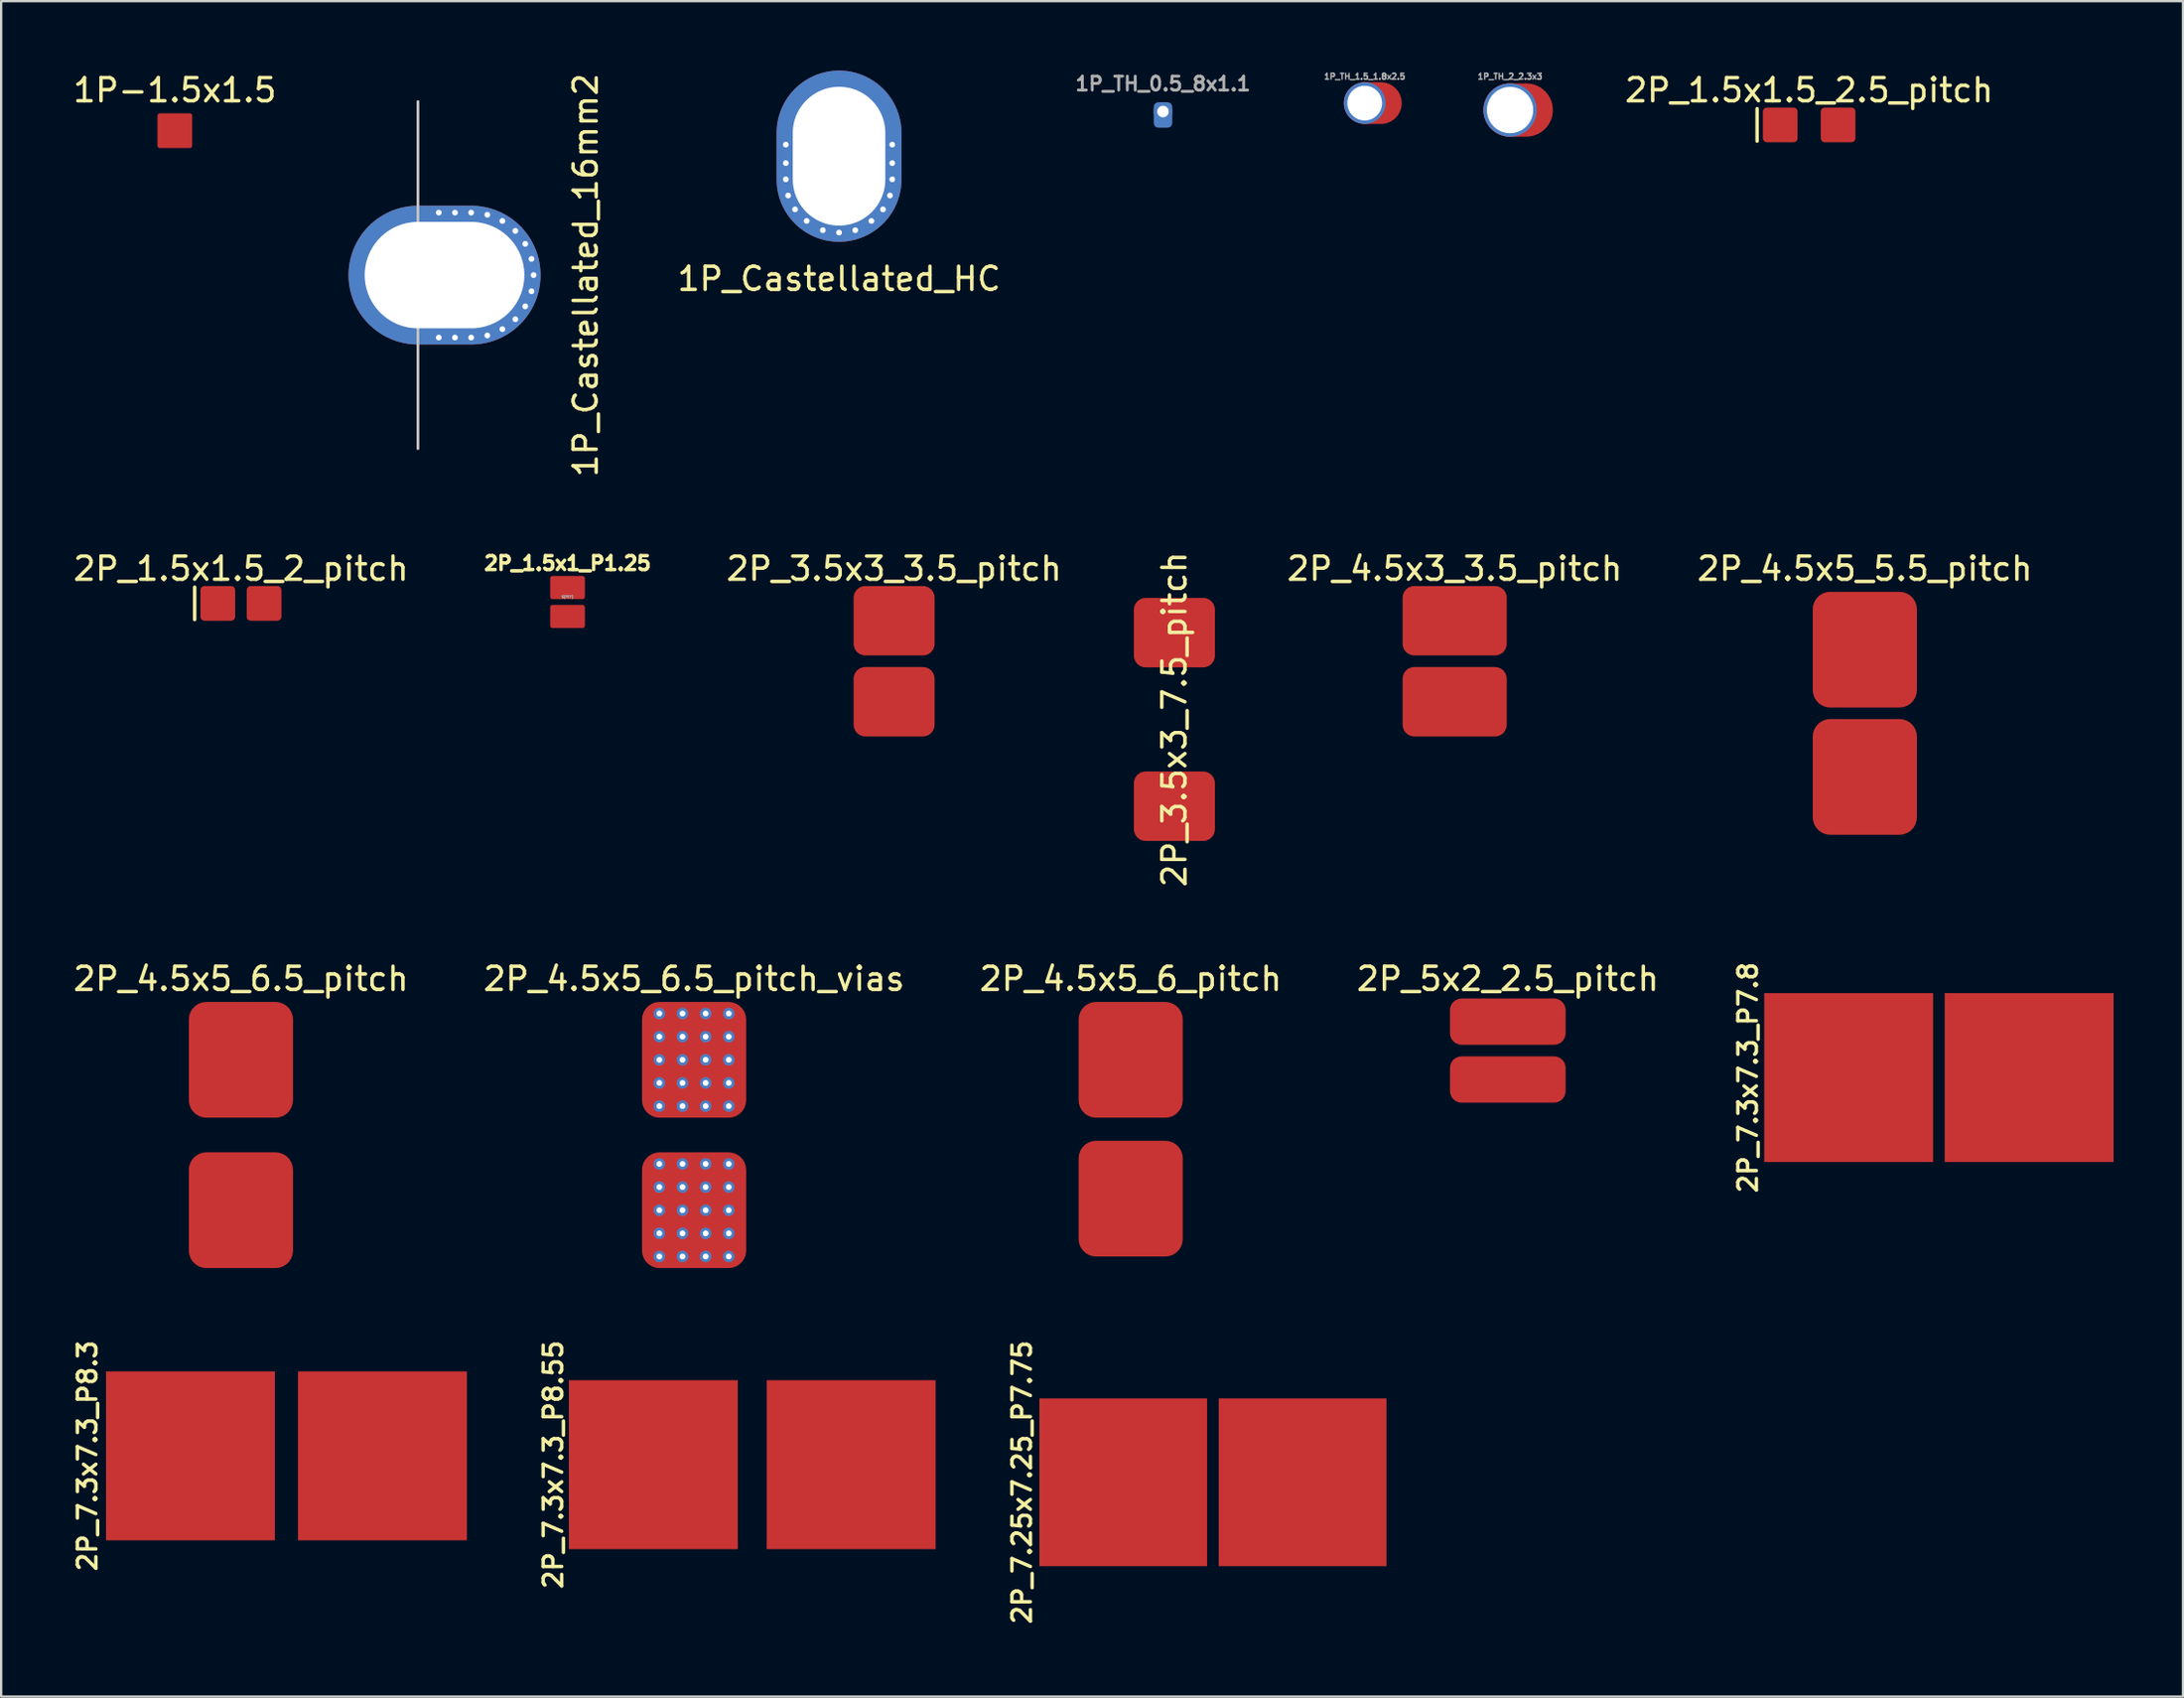
<source format=kicad_pcb>
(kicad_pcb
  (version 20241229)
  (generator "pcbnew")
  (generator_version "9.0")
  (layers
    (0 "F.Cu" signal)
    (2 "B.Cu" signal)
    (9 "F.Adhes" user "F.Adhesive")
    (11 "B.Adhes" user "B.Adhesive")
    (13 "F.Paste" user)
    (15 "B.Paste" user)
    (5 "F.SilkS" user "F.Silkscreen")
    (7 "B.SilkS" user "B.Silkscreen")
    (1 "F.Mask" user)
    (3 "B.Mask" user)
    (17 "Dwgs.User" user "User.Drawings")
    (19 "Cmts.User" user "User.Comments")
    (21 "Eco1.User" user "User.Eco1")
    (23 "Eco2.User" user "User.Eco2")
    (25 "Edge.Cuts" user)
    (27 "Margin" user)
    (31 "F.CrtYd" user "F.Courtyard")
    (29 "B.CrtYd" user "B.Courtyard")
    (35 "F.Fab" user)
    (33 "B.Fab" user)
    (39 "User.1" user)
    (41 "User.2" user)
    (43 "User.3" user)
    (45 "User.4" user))
  (footprint "1P_Castellated_16mm2"
    (layer "F.Cu")
    (at 15.012 8.839)
    (property "Reference" "1P_Castellated_16mm2" (at 7.25 0 270) (layer "F.SilkS") (effects (font (size 1 1) (thickness 0.15))))
    (attr exclude_from_pos_files exclude_from_bom)
    (fp_line (start 0 -7.5) (end 0 7.5) (stroke (width 0.12) (type solid)) (layer "Dwgs.User"))
    (pad "1" thru_hole circle (at 0.9 -2.7) (size 0.5 0.5) (drill 0.25) (layers "*.Cu" "*.Mask"))
    (pad "1" thru_hole circle (at 0.9 2.7) (size 0.5 0.5) (drill 0.25) (layers "*.Cu" "*.Mask"))
    (pad "1" thru_hole oval (at 1.15 0) (size 8.3 6) (drill oval 6.9 4.6) (layers "*.Cu" "*.Mask"))
    (pad "1" thru_hole circle (at 1.6 -2.7) (size 0.5 0.5) (drill 0.25) (layers "*.Cu" "*.Mask"))
    (pad "1" thru_hole circle (at 1.6 2.7) (size 0.5 0.5) (drill 0.25) (layers "*.Cu" "*.Mask"))
    (pad "1" thru_hole circle (at 2.3 -2.7) (size 0.5 0.5) (drill 0.25) (layers "*.Cu" "*.Mask"))
    (pad "1" thru_hole circle (at 2.3 2.7) (size 0.5 0.5) (drill 0.25) (layers "*.Cu" "*.Mask"))
    (pad "1" thru_hole circle (at 2.999 -2.608) (size 0.5 0.5) (drill 0.25) (layers "*.Cu" "*.Mask"))
    (pad "1" thru_hole circle (at 2.999 2.608) (size 0.5 0.5) (drill 0.25) (layers "*.Cu" "*.Mask"))
    (pad "1" thru_hole circle (at 3.65 -2.338) (size 0.5 0.5) (drill 0.25) (layers "*.Cu" "*.Mask"))
    (pad "1" thru_hole circle (at 3.65 2.338) (size 0.5 0.5) (drill 0.25) (layers "*.Cu" "*.Mask"))
    (pad "1" thru_hole circle (at 4.209 -1.909) (size 0.5 0.5) (drill 0.25) (layers "*.Cu" "*.Mask"))
    (pad "1" thru_hole circle (at 4.209 1.909) (size 0.5 0.5) (drill 0.25) (layers "*.Cu" "*.Mask"))
    (pad "1" thru_hole circle (at 4.638 -1.35) (size 0.5 0.5) (drill 0.25) (layers "*.Cu" "*.Mask"))
    (pad "1" thru_hole circle (at 4.638 1.35) (size 0.5 0.5) (drill 0.25) (layers "*.Cu" "*.Mask"))
    (pad "1" thru_hole circle (at 4.908 -0.699) (size 0.5 0.5) (drill 0.25) (layers "*.Cu" "*.Mask"))
    (pad "1" thru_hole circle (at 4.908 0.699) (size 0.5 0.5) (drill 0.25) (layers "*.Cu" "*.Mask"))
    (pad "1" thru_hole circle (at 5 0) (size 0.5 0.5) (drill 0.25) (layers "*.Cu" "*.Mask")))
  (footprint "2P_4.5x5_6.5_pitch"
    (layer "F.Cu")
    (at 7.363 46.003)
    (property "Reference" "2P_4.5x5_6.5_pitch" (at 0 -6.75 180) (layer "F.SilkS") (effects (font (size 1 1) (thickness 0.15))))
    (attr exclude_from_pos_files exclude_from_bom)
    (pad "1" connect roundrect (at 0 -3.25) (size 4.5 5) (layers "F.Cu" "F.Mask") (roundrect_rratio 0.167))
    (pad "2" connect roundrect (at 0 3.25) (size 4.5 5) (layers "F.Cu" "F.Mask") (roundrect_rratio 0.167)))
  (footprint "2P_1.5x1.5_2.5_pitch"
    (layer "F.Cu")
    (at 75.137 2.348)
    (property "Reference" "2P_1.5x1.5_2.5_pitch" (at 0 -1.5 0) (unlocked yes) (layer "F.SilkS") (effects (font (size 1 1) (thickness 0.15))))
    (attr through_hole)
    (fp_line (start -2.25 -0.7) (end -2.25 0.7) (stroke (width 0.15) (type solid)) (layer "F.SilkS"))
    (pad "1" connect roundrect (at -1.25 0) (size 1.5 1.5) (layers "F.Cu" "F.Mask") (roundrect_rratio 0.115))
    (pad "2" connect roundrect (at 1.25 0) (size 1.5 1.5) (layers "F.Cu" "F.Mask") (roundrect_rratio 0.115)))
  (footprint "2P_4.5x5_6.5_pitch_vias"
    (layer "F.Cu")
    (at 26.946 46.003)
    (property "Reference" "2P_4.5x5_6.5_pitch_vias" (at 0 -6.75 180) (layer "F.SilkS") (effects (font (size 1 1) (thickness 0.15))))
    (attr exclude_from_pos_files exclude_from_bom)
    (pad "1" thru_hole circle (at -1.5 -5.25) (size 0.5 0.5) (drill 0.25) (layers "*.Cu"))
    (pad "1" thru_hole circle (at -1.5 -4.25) (size 0.5 0.5) (drill 0.25) (layers "*.Cu"))
    (pad "1" thru_hole circle (at -1.5 -3.25) (size 0.5 0.5) (drill 0.25) (layers "*.Cu"))
    (pad "1" thru_hole circle (at -1.5 -2.25) (size 0.5 0.5) (drill 0.25) (layers "*.Cu"))
    (pad "1" thru_hole circle (at -1.5 -1.25) (size 0.5 0.5) (drill 0.25) (layers "*.Cu"))
    (pad "1" thru_hole circle (at -0.5 -5.25) (size 0.5 0.5) (drill 0.25) (layers "*.Cu"))
    (pad "1" thru_hole circle (at -0.5 -4.25) (size 0.5 0.5) (drill 0.25) (layers "*.Cu"))
    (pad "1" thru_hole circle (at -0.5 -3.25) (size 0.5 0.5) (drill 0.25) (layers "*.Cu"))
    (pad "1" thru_hole circle (at -0.5 -2.25) (size 0.5 0.5) (drill 0.25) (layers "*.Cu"))
    (pad "1" thru_hole circle (at -0.5 -1.25) (size 0.5 0.5) (drill 0.25) (layers "*.Cu"))
    (pad "1" connect roundrect (at 0 -3.25) (size 4.5 5) (layers "F.Cu" "F.Mask") (roundrect_rratio 0.167))
    (pad "1" thru_hole circle (at 0.5 -5.25) (size 0.5 0.5) (drill 0.25) (layers "*.Cu"))
    (pad "1" thru_hole circle (at 0.5 -4.25) (size 0.5 0.5) (drill 0.25) (layers "*.Cu"))
    (pad "1" thru_hole circle (at 0.5 -3.25) (size 0.5 0.5) (drill 0.25) (layers "*.Cu"))
    (pad "1" thru_hole circle (at 0.5 -2.25) (size 0.5 0.5) (drill 0.25) (layers "*.Cu"))
    (pad "1" thru_hole circle (at 0.5 -1.25) (size 0.5 0.5) (drill 0.25) (layers "*.Cu"))
    (pad "1" thru_hole circle (at 1.5 -5.25) (size 0.5 0.5) (drill 0.25) (layers "*.Cu"))
    (pad "1" thru_hole circle (at 1.5 -4.25) (size 0.5 0.5) (drill 0.25) (layers "*.Cu"))
    (pad "1" thru_hole circle (at 1.5 -3.25) (size 0.5 0.5) (drill 0.25) (layers "*.Cu"))
    (pad "1" thru_hole circle (at 1.5 -2.25) (size 0.5 0.5) (drill 0.25) (layers "*.Cu"))
    (pad "1" thru_hole circle (at 1.5 -1.25) (size 0.5 0.5) (drill 0.25) (layers "*.Cu"))
    (pad "2" thru_hole circle (at -1.5 1.25) (size 0.5 0.5) (drill 0.25) (layers "*.Cu"))
    (pad "2" thru_hole circle (at -1.5 2.25) (size 0.5 0.5) (drill 0.25) (layers "*.Cu"))
    (pad "2" thru_hole circle (at -1.5 3.25) (size 0.5 0.5) (drill 0.25) (layers "*.Cu"))
    (pad "2" thru_hole circle (at -1.5 4.25) (size 0.5 0.5) (drill 0.25) (layers "*.Cu"))
    (pad "2" thru_hole circle (at -1.5 5.25) (size 0.5 0.5) (drill 0.25) (layers "*.Cu"))
    (pad "2" thru_hole circle (at -0.5 1.25) (size 0.5 0.5) (drill 0.25) (layers "*.Cu"))
    (pad "2" thru_hole circle (at -0.5 2.25) (size 0.5 0.5) (drill 0.25) (layers "*.Cu"))
    (pad "2" thru_hole circle (at -0.5 3.25) (size 0.5 0.5) (drill 0.25) (layers "*.Cu"))
    (pad "2" thru_hole circle (at -0.5 4.25) (size 0.5 0.5) (drill 0.25) (layers "*.Cu"))
    (pad "2" thru_hole circle (at -0.5 5.25) (size 0.5 0.5) (drill 0.25) (layers "*.Cu"))
    (pad "2" connect roundrect (at 0 3.25) (size 4.5 5) (layers "F.Cu" "F.Mask") (roundrect_rratio 0.167))
    (pad "2" thru_hole circle (at 0.5 1.25) (size 0.5 0.5) (drill 0.25) (layers "*.Cu"))
    (pad "2" thru_hole circle (at 0.5 2.25) (size 0.5 0.5) (drill 0.25) (layers "*.Cu"))
    (pad "2" thru_hole circle (at 0.5 3.25) (size 0.5 0.5) (drill 0.25) (layers "*.Cu"))
    (pad "2" thru_hole circle (at 0.5 4.25) (size 0.5 0.5) (drill 0.25) (layers "*.Cu"))
    (pad "2" thru_hole circle (at 0.5 5.25) (size 0.5 0.5) (drill 0.25) (layers "*.Cu"))
    (pad "2" thru_hole circle (at 1.5 1.25) (size 0.5 0.5) (drill 0.25) (layers "*.Cu"))
    (pad "2" thru_hole circle (at 1.5 2.25) (size 0.5 0.5) (drill 0.25) (layers "*.Cu"))
    (pad "2" thru_hole circle (at 1.5 3.25) (size 0.5 0.5) (drill 0.25) (layers "*.Cu"))
    (pad "2" thru_hole circle (at 1.5 4.25) (size 0.5 0.5) (drill 0.25) (layers "*.Cu"))
    (pad "2" thru_hole circle (at 1.5 5.25) (size 0.5 0.5) (drill 0.25) (layers "*.Cu")))
  (footprint "1P_TH_2_2.3x3"
    (layer "F.Cu")
    (at 62.21 1.706)
    (property "Reference" "1P_TH_2_2.3x3" (at 0 -1.45 0) (unlocked yes) (layer "F.Fab") (effects (font (size 0.25 0.25) (thickness 0.062))))
    (attr exclude_from_pos_files)
    (pad "1" thru_hole circle (at 0 0) (size 2.3 2.3) (drill 2) (layers "*.Cu" "*.Mask"))
    (pad "1" connect oval (at 0.35 0) (size 3 2.3) (layers "F.Cu" "F.Mask")))
  (footprint "1P_TH_1.5_1.8x2.5"
    (layer "F.Cu")
    (at 55.929 1.406)
    (property "Reference" "1P_TH_1.5_1.8x2.5" (at 0 -1.15 0) (unlocked yes) (layer "F.Fab") (effects (font (size 0.25 0.25) (thickness 0.062))))
    (attr exclude_from_pos_files)
    (pad "1" thru_hole circle (at 0 0) (size 1.8 1.8) (drill 1.5) (layers "*.Cu" "*.Mask"))
    (pad "1" connect oval (at 0.35 0) (size 2.5 1.8) (layers "F.Cu" "F.Mask")))
  (footprint "2P_3.5x3_7.5_pitch"
    (layer "F.Cu")
    (at 47.704 28.042)
    (property "Reference" "2P_3.5x3_7.5_pitch" (at 0 0 90) (layer "F.SilkS") (effects (font (size 1 1) (thickness 0.15))))
    (attr exclude_from_pos_files exclude_from_bom)
    (pad "1" connect roundrect (at 0 -3.75) (size 3.5 3) (layers "F.Cu" "F.Mask") (roundrect_rratio 0.167))
    (pad "2" connect roundrect (at 0 3.75) (size 3.5 3) (layers "F.Cu" "F.Mask") (roundrect_rratio 0.167)))
  (footprint "2P_4.5x5_5.5_pitch"
    (layer "F.Cu")
    (at 77.543 27.777)
    (property "Reference" "2P_4.5x5_5.5_pitch" (at 0 -6.25 180) (layer "F.SilkS") (effects (font (size 1 1) (thickness 0.15))))
    (attr exclude_from_pos_files exclude_from_bom)
    (pad "1" connect roundrect (at 0 -2.75) (size 4.5 5) (layers "F.Cu" "F.Mask") (roundrect_rratio 0.167))
    (pad "2" connect roundrect (at 0 2.75) (size 4.5 5) (layers "F.Cu" "F.Mask") (roundrect_rratio 0.167)))
  (footprint "2P_1.5x1_P1.25"
    (layer "F.Cu")
    (at 21.477 22.968)
    (property "Reference" "2P_1.5x1_P1.25" (at 0 -1.675 0) (unlocked yes) (layer "F.SilkS") (effects (font (size 0.6 0.6) (thickness 0.15))))
    (fp_text user "${REF}" (at 0 -0.225 0) (unlocked yes) (layer "F.Fab") (effects (font (size 0.1 0.1) (thickness 0.025))))
    (pad "1" connect roundrect (at 0 -0.625) (size 1.5 1) (layers "F.Cu" "F.Mask") (roundrect_rratio 0.1))
    (pad "2" connect roundrect (at 0 0.625) (size 1.5 1) (layers "F.Cu" "F.Mask") (roundrect_rratio 0.1)))
  (footprint "2P_1.5x1.5_2_pitch"
    (layer "F.Cu")
    (at 7.363 23.027)
    (property "Reference" "2P_1.5x1.5_2_pitch" (at 0 -1.5 0) (unlocked yes) (layer "F.SilkS") (effects (font (size 1 1) (thickness 0.15))))
    (attr through_hole)
    (fp_line (start -2 -0.7) (end -2 0.7) (stroke (width 0.15) (type solid)) (layer "F.SilkS"))
    (pad "1" connect roundrect (at -1 0) (size 1.5 1.5) (layers "F.Cu" "F.Mask") (roundrect_rratio 0.115))
    (pad "2" connect roundrect (at 1 0) (size 1.5 1.5) (layers "F.Cu" "F.Mask") (roundrect_rratio 0.115)))
  (footprint "2P_3.5x3_3.5_pitch"
    (layer "F.Cu")
    (at 35.591 25.527)
    (property "Reference" "2P_3.5x3_3.5_pitch" (at 0 -4 180) (layer "F.SilkS") (effects (font (size 1 1) (thickness 0.15))))
    (attr exclude_from_pos_files exclude_from_bom)
    (pad "1" connect roundrect (at 0 -1.75) (size 3.5 3) (layers "F.Cu" "F.Mask") (roundrect_rratio 0.167))
    (pad "2" connect roundrect (at 0 1.75) (size 3.5 3) (layers "F.Cu" "F.Mask") (roundrect_rratio 0.167)))
  (footprint "2P_4.5x5_6_pitch"
    (layer "F.Cu")
    (at 45.815 45.753)
    (property "Reference" "2P_4.5x5_6_pitch" (at 0 -6.5 180) (layer "F.SilkS") (effects (font (size 1 1) (thickness 0.15))))
    (attr exclude_from_pos_files exclude_from_bom)
    (pad "1" connect roundrect (at 0 -3) (size 4.5 5) (layers "F.Cu" "F.Mask") (roundrect_rratio 0.167))
    (pad "2" connect roundrect (at 0 3) (size 4.5 5) (layers "F.Cu" "F.Mask") (roundrect_rratio 0.167)))
  (footprint "2P_4.5x3_3.5_pitch"
    (layer "F.Cu")
    (at 59.817 25.527)
    (property "Reference" "2P_4.5x3_3.5_pitch" (at 0 -4 180) (layer "F.SilkS") (effects (font (size 1 1) (thickness 0.15))))
    (attr exclude_from_pos_files exclude_from_bom)
    (pad "1" connect roundrect (at 0 -1.75) (size 4.5 3) (layers "F.Cu" "F.Mask") (roundrect_rratio 0.167))
    (pad "2" connect roundrect (at 0 1.75) (size 4.5 3) (layers "F.Cu" "F.Mask") (roundrect_rratio 0.167)))
  (footprint "1P_Castellated_HC"
    (layer "F.Cu")
    (at 33.211 2.7)
    (property "Reference" "1P_Castellated_HC" (at 0 6.3 0) (layer "F.SilkS") (effects (font (size 1 1) (thickness 0.15))))
    (attr through_hole)
    (pad "1" thru_hole circle (at -2.3 0.5) (size 0.5 0.5) (drill 0.25) (layers "*.Cu" "*.Mask"))
    (pad "1" thru_hole circle (at -2.3 1.3) (size 0.5 0.5) (drill 0.25) (layers "*.Cu" "*.Mask"))
    (pad "1" thru_hole circle (at -2.3 2) (size 0.5 0.5) (drill 0.25) (layers "*.Cu" "*.Mask"))
    (pad "1" thru_hole circle (at -2.2 2.7) (size 0.5 0.5) (drill 0.25) (layers "*.Cu" "*.Mask"))
    (pad "1" thru_hole circle (at -1.9 3.3) (size 0.5 0.5) (drill 0.25) (layers "*.Cu" "*.Mask"))
    (pad "1" thru_hole circle (at -1.4 3.8) (size 0.5 0.5) (drill 0.25) (layers "*.Cu" "*.Mask"))
    (pad "1" thru_hole circle (at -0.7 4.2) (size 0.5 0.5) (drill 0.25) (layers "*.Cu" "*.Mask"))
    (pad "1" thru_hole oval (at 0 1) (size 5.4 7.4) (drill oval 4 6) (layers "*.Cu" "*.Mask"))
    (pad "1" thru_hole circle (at 0 4.3) (size 0.5 0.5) (drill 0.25) (layers "*.Cu" "*.Mask"))
    (pad "1" thru_hole circle (at 0.7 4.2) (size 0.5 0.5) (drill 0.25) (layers "*.Cu" "*.Mask"))
    (pad "1" thru_hole circle (at 1.4 3.8) (size 0.5 0.5) (drill 0.25) (layers "*.Cu" "*.Mask"))
    (pad "1" thru_hole circle (at 1.9 3.3) (size 0.5 0.5) (drill 0.25) (layers "*.Cu" "*.Mask"))
    (pad "1" thru_hole circle (at 2.2 2.7) (size 0.5 0.5) (drill 0.25) (layers "*.Cu" "*.Mask"))
    (pad "1" thru_hole circle (at 2.3 0.5) (size 0.5 0.5) (drill 0.25) (layers "*.Cu" "*.Mask"))
    (pad "1" thru_hole circle (at 2.3 1.3) (size 0.5 0.5) (drill 0.25) (layers "*.Cu" "*.Mask"))
    (pad "1" thru_hole circle (at 2.3 2) (size 0.5 0.5) (drill 0.25) (layers "*.Cu" "*.Mask")))
  (footprint "2P_7.3x7.3_P7.8"
    (layer "F.Cu")
    (at 80.743 43.521)
    (property "Reference" "2P_7.3x7.3_P7.8" (at -8.25 0 90) (unlocked yes) (layer "F.SilkS") (effects (font (size 0.8 0.8) (thickness 0.15))))
    (attr exclude_from_pos_files)
    (pad "1" connect rect (at -3.9 0) (size 7.3 7.3) (layers "F.Cu" "F.Mask"))
    (pad "2" connect rect (at 3.9 0) (size 7.3 7.3) (layers "F.Cu" "F.Mask")))
  (footprint "1P-1.5x1.5"
    (layer "F.Cu")
    (at 4.506 2.598)
    (property "Reference" "1P-1.5x1.5" (at 0 -1.75 0) (unlocked yes) (layer "F.SilkS") (effects (font (size 1 1) (thickness 0.15))))
    (attr through_hole)
    (pad "1" connect roundrect (at 0 0) (size 1.5 1.5) (layers "F.Cu" "F.Mask") (roundrect_rratio 0.067)))
  (footprint "1P_TH_0.5_8x1.1"
    (layer "F.Cu")
    (at 47.211 1.77)
    (property "Reference" "1P_TH_0.5_8x1.1" (at 0 -1.2 0) (layer "F.Fab") (effects (font (size 0.6 0.6) (thickness 0.125))))
    (attr through_hole)
    (pad "1" thru_hole circle (at 0 0) (size 0.8 0.8) (drill 0.5) (layers "*.Cu" "*.Mask"))
    (pad "2" connect roundrect (at 0 0.15) (size 0.8 1.1) (layers "B.Cu" "B.Mask") (roundrect_rratio 0.25)))
  (footprint "2P_7.3x7.3_P8.55"
    (layer "F.Cu")
    (at 29.462 60.25)
    (property "Reference" "2P_7.3x7.3_P8.55" (at -8.6 0 90) (unlocked yes) (layer "F.SilkS") (effects (font (size 0.8 0.8) (thickness 0.15))))
    (attr exclude_from_pos_files)
    (pad "1" connect rect (at -4.275 0) (size 7.3 7.3) (layers "F.Cu" "F.Mask"))
    (pad "2" connect rect (at 4.275 0) (size 7.3 7.3) (layers "F.Cu" "F.Mask")))
  (footprint "2P_7.25x7.25_P7.75"
    (layer "F.Cu")
    (at 49.369 61.012)
    (property "Reference" "2P_7.25x7.25_P7.75" (at -8.25 0 90) (unlocked yes) (layer "F.SilkS") (effects (font (size 0.8 0.8) (thickness 0.15))))
    (attr exclude_from_pos_files exclude_from_bom)
    (pad "1" connect rect (at -3.875 0) (size 7.25 7.25) (layers "F.Cu" "F.Mask"))
    (pad "2" connect rect (at 3.875 0) (size 7.25 7.25) (layers "F.Cu" "F.Mask")))
  (footprint "2P_7.3x7.3_P8.3"
    (layer "F.Cu")
    (at 9.331 59.869)
    (property "Reference" "2P_7.3x7.3_P8.3" (at -8.6 0 90) (unlocked yes) (layer "F.SilkS") (effects (font (size 0.8 0.8) (thickness 0.15))))
    (attr exclude_from_pos_files)
    (pad "1" connect rect (at -4.15 0) (size 7.3 7.3) (layers "F.Cu" "F.Mask"))
    (pad "2" connect rect (at 4.15 0) (size 7.3 7.3) (layers "F.Cu" "F.Mask")))
  (footprint "2P_5x2_2.5_pitch"
    (layer "F.Cu")
    (at 62.113 42.353)
    (property "Reference" "2P_5x2_2.5_pitch" (at 0 -3.1 180) (layer "F.SilkS") (effects (font (size 1 1) (thickness 0.15))))
    (attr exclude_from_pos_files exclude_from_bom)
    (pad "1" connect roundrect (at 0 -1.25) (size 5 2) (layers "F.Cu" "F.Mask") (roundrect_rratio 0.25))
    (pad "2" connect roundrect (at 0 1.25) (size 5 2) (layers "F.Cu" "F.Mask") (roundrect_rratio 0.25)))
  (gr_rect
    (start -3 -3)
    (end 91.293 70.272)
    (stroke (width 0.1) (type default))
    (fill no)
    (layer "Edge.Cuts")))
</source>
